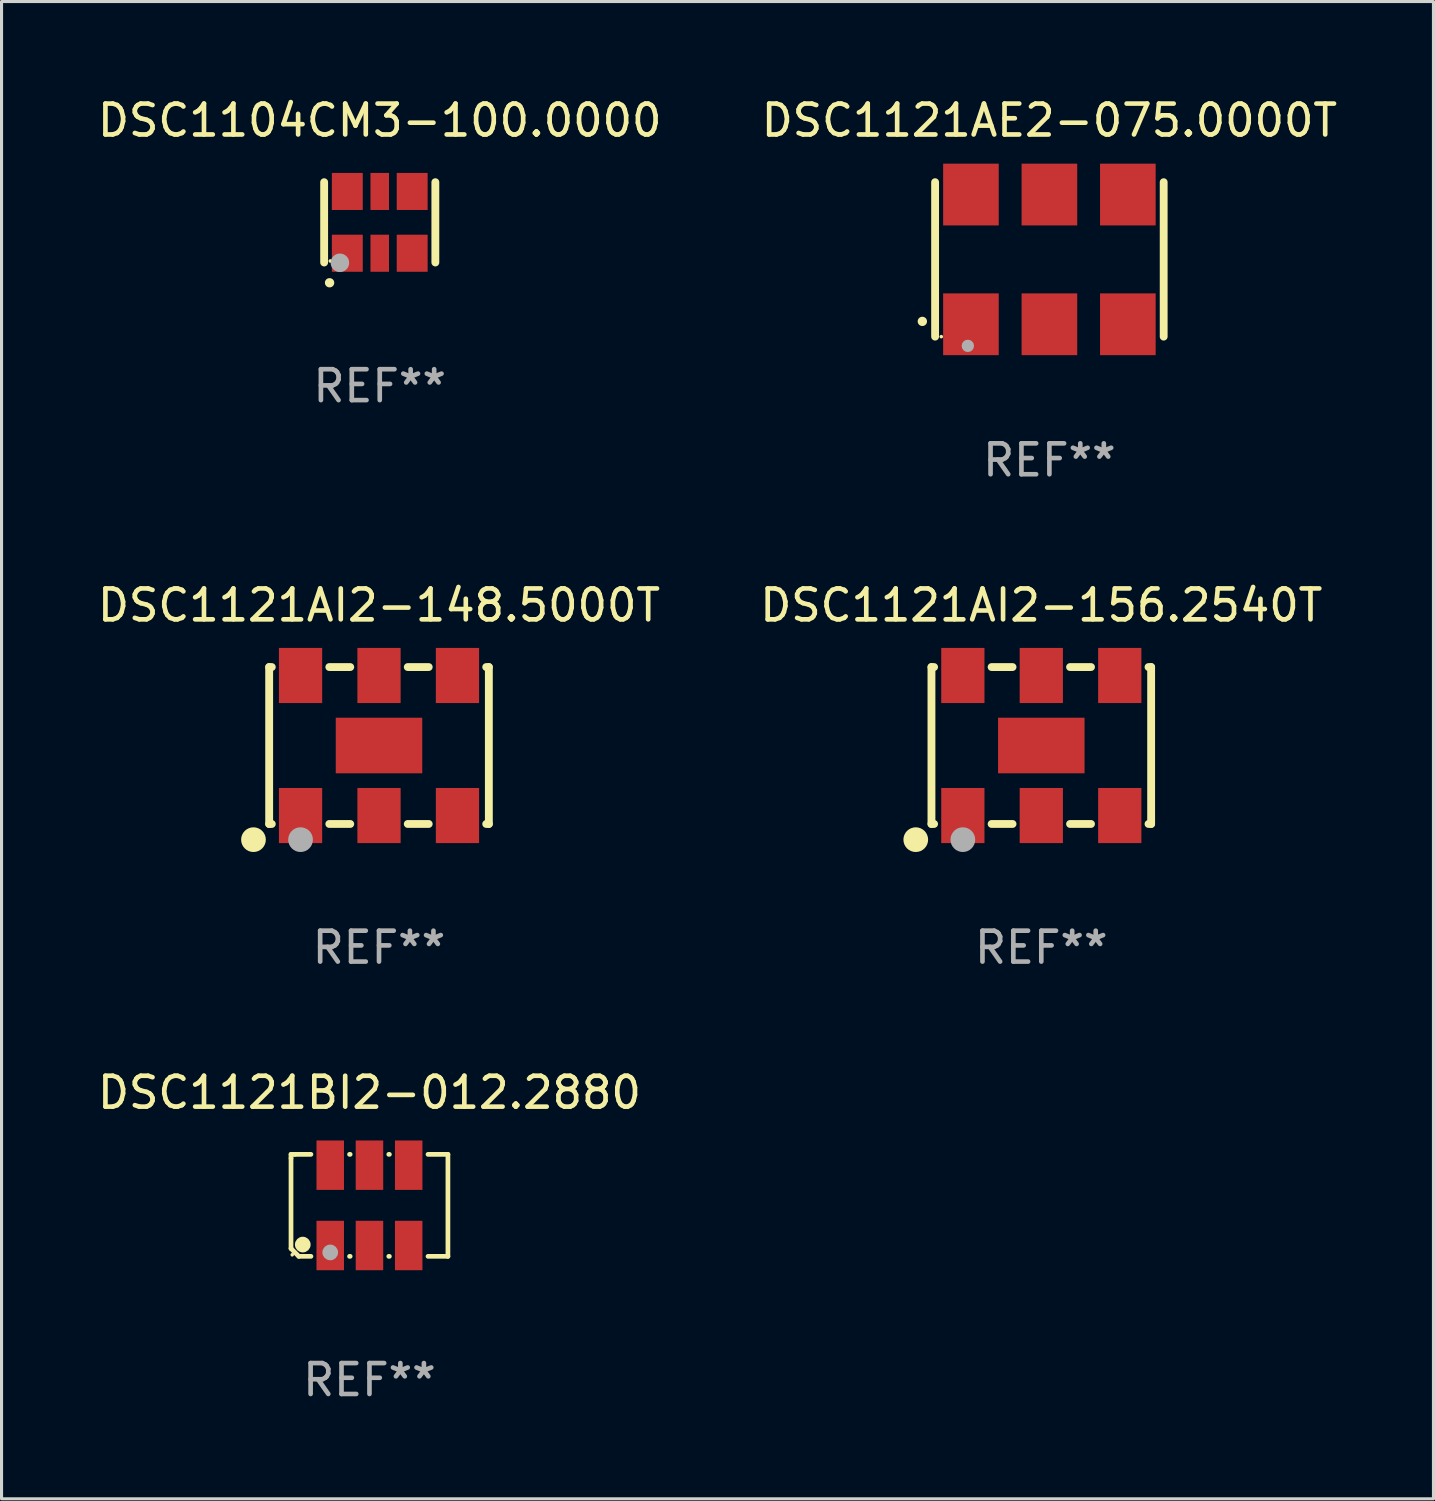
<source format=kicad_pcb>
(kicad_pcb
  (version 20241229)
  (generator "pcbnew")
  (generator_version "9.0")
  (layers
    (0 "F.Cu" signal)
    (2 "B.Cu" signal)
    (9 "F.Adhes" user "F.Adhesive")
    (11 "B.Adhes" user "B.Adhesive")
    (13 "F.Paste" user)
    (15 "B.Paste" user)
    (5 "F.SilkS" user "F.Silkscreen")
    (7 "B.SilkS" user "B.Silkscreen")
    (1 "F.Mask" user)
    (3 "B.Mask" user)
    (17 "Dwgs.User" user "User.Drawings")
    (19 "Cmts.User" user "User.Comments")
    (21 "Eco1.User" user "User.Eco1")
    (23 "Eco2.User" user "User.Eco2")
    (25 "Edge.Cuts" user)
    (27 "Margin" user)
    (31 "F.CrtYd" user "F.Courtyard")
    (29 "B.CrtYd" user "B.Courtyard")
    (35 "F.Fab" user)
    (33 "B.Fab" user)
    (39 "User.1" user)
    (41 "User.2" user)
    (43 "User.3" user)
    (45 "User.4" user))
  (footprint "DSC1121AI2-156.2540T"
    (layer "F.Cu")
    (at 30.661 21.085)
    (property "Reference" "DSC1121AI2-156.2540T" (at 0 -4.54 0) (layer "F.SilkS") (effects (font (size 1 1) (thickness 0.15))))
    (attr through_hole)
    (fp_line (start -3.556 -2.54) (end -3.556 2.54) (stroke (width 0.254) (type solid)) (layer "F.SilkS"))
    (fp_line (start -3.556 2.54) (end -3.471 2.54) (stroke (width 0.254) (type solid)) (layer "F.SilkS"))
    (fp_line (start -3.471 -2.54) (end -3.556 -2.54) (stroke (width 0.254) (type solid)) (layer "F.SilkS"))
    (fp_line (start -1.609 2.54) (end -0.931 2.54) (stroke (width 0.254) (type solid)) (layer "F.SilkS"))
    (fp_line (start -0.931 -2.54) (end -1.609 -2.54) (stroke (width 0.254) (type solid)) (layer "F.SilkS"))
    (fp_line (start 0.931 2.54) (end 1.609 2.54) (stroke (width 0.254) (type solid)) (layer "F.SilkS"))
    (fp_line (start 1.609 -2.54) (end 0.931 -2.54) (stroke (width 0.254) (type solid)) (layer "F.SilkS"))
    (fp_line (start 3.471 2.54) (end 3.556 2.54) (stroke (width 0.254) (type solid)) (layer "F.SilkS"))
    (fp_line (start 3.556 -2.54) (end 3.471 -2.54) (stroke (width 0.254) (type solid)) (layer "F.SilkS"))
    (fp_line (start 3.556 2.54) (end 3.556 -2.54) (stroke (width 0.254) (type solid)) (layer "F.SilkS"))
    (fp_circle (center -4.064 3.048) (end -3.864 3.048) (stroke (width 0.4) (type solid)) (fill no) (layer "F.SilkS"))
    (fp_circle (center -3.5 2.5) (end -3.47 2.5) (stroke (width 0.06) (type solid)) (fill no) (layer "F.SilkS"))
    (fp_circle (center -2.54 3.048) (end -2.34 3.048) (stroke (width 0.4) (type solid)) (fill no) (layer "F.Fab"))
    (fp_text user "REF**" (at 0 6.54 0) (layer "F.Fab") (effects (font (size 1 1) (thickness 0.15))))
    (pad "1" smd rect (at -2.54 2.267) (size 1.4 1.785) (layers "F.Cu" "F.Mask" "F.Paste"))
    (pad "2" smd rect (at 0 2.267) (size 1.4 1.785) (layers "F.Cu" "F.Mask" "F.Paste"))
    (pad "3" smd rect (at 2.54 2.267) (size 1.4 1.785) (layers "F.Cu" "F.Mask" "F.Paste"))
    (pad "4" smd rect (at 2.54 -2.267) (size 1.4 1.785) (layers "F.Cu" "F.Mask" "F.Paste"))
    (pad "5" smd rect (at 0 -2.267) (size 1.4 1.785) (layers "F.Cu" "F.Mask" "F.Paste"))
    (pad "6" smd rect (at -2.54 -2.267) (size 1.4 1.785) (layers "F.Cu" "F.Mask" "F.Paste"))
    (pad "7" smd rect (at 0 0) (size 2.8 1.8) (layers "F.Cu" "F.Mask" "F.Paste")))
  (footprint "DSC1104CM3-100.0000"
    (layer "F.Cu")
    (at 9.244 4.148)
    (property "Reference" "DSC1104CM3-100.0000" (at 0 -3.3 0) (layer "F.SilkS") (effects (font (size 1 1) (thickness 0.15))))
    (attr through_hole)
    (fp_line (start -1.8 -1.3) (end -1.8 1.3) (stroke (width 0.254) (type solid)) (layer "F.SilkS"))
    (fp_line (start 1.8 -1.3) (end 1.8 1.3) (stroke (width 0.254) (type solid)) (layer "F.SilkS"))
    (fp_arc (start -1.625603 1.955804) (mid -1.624333 1.955799) (end -1.623063 1.955804) (stroke (width 0.3) (type solid)) (layer "F.SilkS"))
    (fp_circle (center -1.6 1.25) (end -1.57 1.25) (stroke (width 0.06) (type solid)) (fill no) (layer "F.SilkS"))
    (fp_circle (center -1.29 1.31) (end -1.14 1.31) (stroke (width 0.3) (type solid)) (fill no) (layer "F.Fab"))
    (fp_text user "REF**" (at 0 5.3 0) (layer "F.Fab") (effects (font (size 1 1) (thickness 0.15))))
    (pad "1" smd rect (at -1.05 1) (size 1 1.2) (layers "F.Cu" "F.Mask" "F.Paste"))
    (pad "2" smd rect (at 0 1) (size 0.6 1.2) (layers "F.Cu" "F.Mask" "F.Paste"))
    (pad "3" smd rect (at 1.05 1) (size 1 1.2) (layers "F.Cu" "F.Mask" "F.Paste"))
    (pad "4" smd rect (at 1.05 -1) (size 1 1.2) (layers "F.Cu" "F.Mask" "F.Paste"))
    (pad "5" smd rect (at 0 -1) (size 0.6 1.2) (layers "F.Cu" "F.Mask" "F.Paste"))
    (pad "6" smd rect (at -1.05 -1) (size 1 1.2) (layers "F.Cu" "F.Mask" "F.Paste")))
  (footprint "DSC1121AI2-148.5000T"
    (layer "F.Cu")
    (at 9.22 21.085)
    (property "Reference" "DSC1121AI2-148.5000T" (at 0 -4.54 0) (layer "F.SilkS") (effects (font (size 1 1) (thickness 0.15))))
    (attr through_hole)
    (fp_line (start -3.556 -2.54) (end -3.556 2.54) (stroke (width 0.254) (type solid)) (layer "F.SilkS"))
    (fp_line (start -3.556 2.54) (end -3.471 2.54) (stroke (width 0.254) (type solid)) (layer "F.SilkS"))
    (fp_line (start -3.471 -2.54) (end -3.556 -2.54) (stroke (width 0.254) (type solid)) (layer "F.SilkS"))
    (fp_line (start -1.609 2.54) (end -0.931 2.54) (stroke (width 0.254) (type solid)) (layer "F.SilkS"))
    (fp_line (start -0.931 -2.54) (end -1.609 -2.54) (stroke (width 0.254) (type solid)) (layer "F.SilkS"))
    (fp_line (start 0.931 2.54) (end 1.609 2.54) (stroke (width 0.254) (type solid)) (layer "F.SilkS"))
    (fp_line (start 1.609 -2.54) (end 0.931 -2.54) (stroke (width 0.254) (type solid)) (layer "F.SilkS"))
    (fp_line (start 3.471 2.54) (end 3.556 2.54) (stroke (width 0.254) (type solid)) (layer "F.SilkS"))
    (fp_line (start 3.556 -2.54) (end 3.471 -2.54) (stroke (width 0.254) (type solid)) (layer "F.SilkS"))
    (fp_line (start 3.556 2.54) (end 3.556 -2.54) (stroke (width 0.254) (type solid)) (layer "F.SilkS"))
    (fp_circle (center -4.064 3.048) (end -3.864 3.048) (stroke (width 0.4) (type solid)) (fill no) (layer "F.SilkS"))
    (fp_circle (center -3.5 2.5) (end -3.47 2.5) (stroke (width 0.06) (type solid)) (fill no) (layer "F.SilkS"))
    (fp_circle (center -2.54 3.048) (end -2.34 3.048) (stroke (width 0.4) (type solid)) (fill no) (layer "F.Fab"))
    (fp_text user "REF**" (at 0 6.54 0) (layer "F.Fab") (effects (font (size 1 1) (thickness 0.15))))
    (pad "1" smd rect (at -2.54 2.267) (size 1.4 1.785) (layers "F.Cu" "F.Mask" "F.Paste"))
    (pad "2" smd rect (at 0 2.267) (size 1.4 1.785) (layers "F.Cu" "F.Mask" "F.Paste"))
    (pad "3" smd rect (at 2.54 2.267) (size 1.4 1.785) (layers "F.Cu" "F.Mask" "F.Paste"))
    (pad "4" smd rect (at 2.54 -2.267) (size 1.4 1.785) (layers "F.Cu" "F.Mask" "F.Paste"))
    (pad "5" smd rect (at 0 -2.267) (size 1.4 1.785) (layers "F.Cu" "F.Mask" "F.Paste"))
    (pad "6" smd rect (at -2.54 -2.267) (size 1.4 1.785) (layers "F.Cu" "F.Mask" "F.Paste"))
    (pad "7" smd rect (at 0 0) (size 2.8 1.8) (layers "F.Cu" "F.Mask" "F.Paste")))
  (footprint "DSC1121AE2-075.0000T"
    (layer "F.Cu")
    (at 30.923 5.348)
    (property "Reference" "DSC1121AE2-075.0000T" (at 0 -4.5 0) (layer "F.SilkS") (effects (font (size 1 1) (thickness 0.15))))
    (attr through_hole)
    (fp_line (start -3.7 -2.5) (end -3.7 2.5) (stroke (width 0.254) (type solid)) (layer "F.SilkS"))
    (fp_line (start 3.7 -2.5) (end 3.7 2.5) (stroke (width 0.254) (type solid)) (layer "F.SilkS"))
    (fp_arc (start -4.114415 2.006604) (mid -4.113145 2.006599) (end -4.111875 2.006604) (stroke (width 0.3) (type solid)) (layer "F.SilkS"))
    (fp_circle (center -3.5 2.501) (end -3.47 2.501) (stroke (width 0.06) (type solid)) (fill no) (layer "F.SilkS"))
    (fp_circle (center -2.641 2.799) (end -2.541 2.799) (stroke (width 0.2) (type solid)) (fill no) (layer "F.Fab"))
    (fp_text user "REF**" (at 0 6.5 0) (layer "F.Fab") (effects (font (size 1 1) (thickness 0.15))))
    (pad "1" smd rect (at -2.54 2.1) (size 1.8 2) (layers "F.Cu" "F.Mask" "F.Paste"))
    (pad "2" smd rect (at 0.000394 2.1) (size 1.8 2) (layers "F.Cu" "F.Mask" "F.Paste"))
    (pad "3" smd rect (at 2.54 2.1) (size 1.8 2) (layers "F.Cu" "F.Mask" "F.Paste"))
    (pad "4" smd rect (at 2.54 -2.1) (size 1.8 2) (layers "F.Cu" "F.Mask" "F.Paste"))
    (pad "5" smd rect (at 0.000394 -2.1) (size 1.8 2) (layers "F.Cu" "F.Mask" "F.Paste"))
    (pad "6" smd rect (at -2.54 -2.1) (size 1.8 2) (layers "F.Cu" "F.Mask" "F.Paste")))
  (footprint "DSC1121BI2-012.2880"
    (layer "F.Cu")
    (at 8.911 35.972)
    (property "Reference" "DSC1121BI2-012.2880" (at 0 -3.651 0) (layer "F.SilkS") (effects (font (size 1 1) (thickness 0.15))))
    (attr through_hole)
    (fp_line (start -2.54 -1.651) (end -2.413 -1.651) (stroke (width 0.152) (type solid)) (layer "F.SilkS"))
    (fp_line (start -2.54 -1.524) (end -2.54 -1.651) (stroke (width 0.152) (type solid)) (layer "F.SilkS"))
    (fp_line (start -2.54 1.397) (end -2.54 -1.524) (stroke (width 0.152) (type solid)) (layer "F.SilkS"))
    (fp_line (start -2.413 -1.651) (end -1.895 -1.651) (stroke (width 0.152) (type solid)) (layer "F.SilkS"))
    (fp_line (start -2.286 1.651) (end -2.54 1.397) (stroke (width 0.152) (type solid)) (layer "F.SilkS"))
    (fp_line (start -1.895 1.651) (end -2.286 1.651) (stroke (width 0.152) (type solid)) (layer "F.SilkS"))
    (fp_line (start -0.645 -1.651) (end -0.625 -1.651) (stroke (width 0.152) (type solid)) (layer "F.SilkS"))
    (fp_line (start -0.625 1.651) (end -0.645 1.651) (stroke (width 0.152) (type solid)) (layer "F.SilkS"))
    (fp_line (start 0.625 -1.651) (end 0.645 -1.651) (stroke (width 0.152) (type solid)) (layer "F.SilkS"))
    (fp_line (start 0.645 1.651) (end 0.625 1.651) (stroke (width 0.152) (type solid)) (layer "F.SilkS"))
    (fp_line (start 1.895 -1.651) (end 2.54 -1.651) (stroke (width 0.152) (type solid)) (layer "F.SilkS"))
    (fp_line (start 2.54 -1.651) (end 2.54 1.651) (stroke (width 0.152) (type solid)) (layer "F.SilkS"))
    (fp_line (start 2.54 1.651) (end 1.895 1.651) (stroke (width 0.152) (type solid)) (layer "F.SilkS"))
    (fp_circle (center -2.5 1.6) (end -2.47 1.6) (stroke (width 0.06) (type solid)) (fill no) (layer "F.SilkS"))
    (fp_circle (center -2.159 1.27) (end -2.032 1.27) (stroke (width 0.254) (type solid)) (fill no) (layer "F.SilkS"))
    (fp_circle (center -1.27 1.524) (end -1.143 1.524) (stroke (width 0.254) (type solid)) (fill no) (layer "F.Fab"))
    (fp_text user "REF**" (at 0 5.651 0) (layer "F.Fab") (effects (font (size 1 1) (thickness 0.15))))
    (pad "1" smd rect (at -1.27 1.3) (size 0.89 1.6) (layers "F.Cu" "F.Mask" "F.Paste"))
    (pad "2" smd rect (at 0 1.3) (size 0.89 1.6) (layers "F.Cu" "F.Mask" "F.Paste"))
    (pad "3" smd rect (at 1.27 1.3) (size 0.89 1.6) (layers "F.Cu" "F.Mask" "F.Paste"))
    (pad "4" smd rect (at 1.27 -1.3) (size 0.89 1.6) (layers "F.Cu" "F.Mask" "F.Paste"))
    (pad "5" smd rect (at 0 -1.3) (size 0.89 1.6) (layers "F.Cu" "F.Mask" "F.Paste"))
    (pad "6" smd rect (at -1.27 -1.3) (size 0.89 1.6) (layers "F.Cu" "F.Mask" "F.Paste")))
  (gr_rect
    (start -3 -3)
    (end 43.357 45.472)
    (stroke (width 0.1) (type default))
    (fill no)
    (layer "Edge.Cuts")))
</source>
